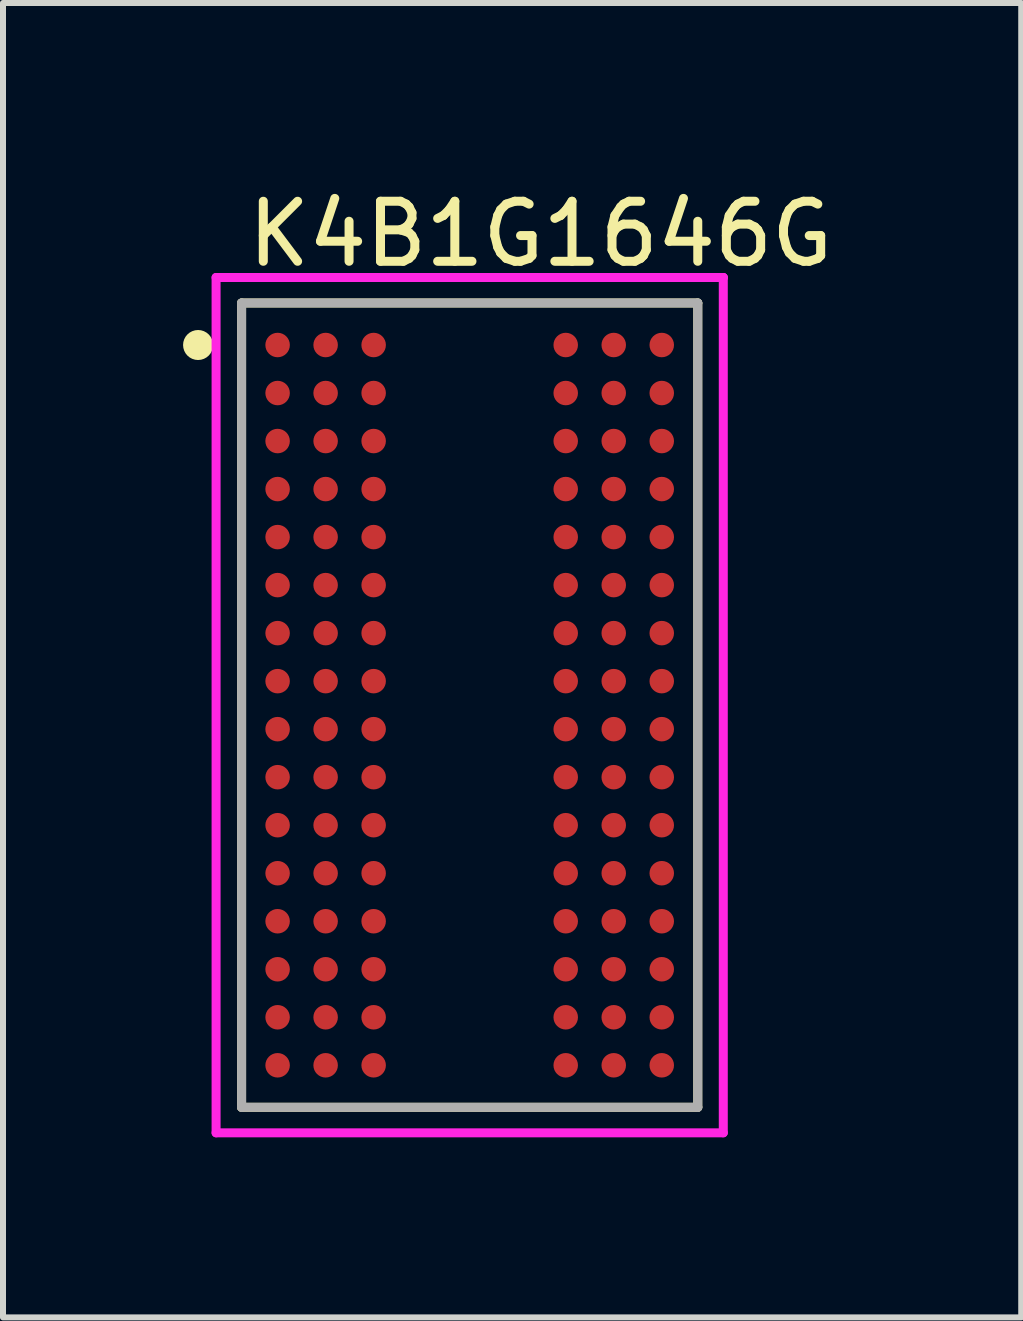
<source format=kicad_pcb>
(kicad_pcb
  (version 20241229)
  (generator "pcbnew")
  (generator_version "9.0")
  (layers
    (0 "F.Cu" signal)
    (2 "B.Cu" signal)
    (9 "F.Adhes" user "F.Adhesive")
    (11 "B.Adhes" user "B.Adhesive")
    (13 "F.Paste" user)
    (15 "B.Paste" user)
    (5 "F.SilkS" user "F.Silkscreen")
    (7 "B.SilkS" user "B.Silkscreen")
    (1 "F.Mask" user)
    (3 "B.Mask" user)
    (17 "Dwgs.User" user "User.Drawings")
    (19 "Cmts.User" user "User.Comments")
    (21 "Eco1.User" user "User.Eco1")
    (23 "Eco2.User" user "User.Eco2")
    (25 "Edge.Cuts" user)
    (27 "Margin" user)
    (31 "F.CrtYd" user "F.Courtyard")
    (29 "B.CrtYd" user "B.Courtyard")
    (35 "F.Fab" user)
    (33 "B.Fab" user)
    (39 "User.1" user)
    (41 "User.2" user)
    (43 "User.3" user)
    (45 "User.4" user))
  (footprint "K4B1G1646G"
    (layer "F.Cu")
    (at 4.775 8.698)
    (property "Reference" "K4B1G1646G" (at -3.775 -7.85 0) (layer "F.SilkS") (effects (font (size 1 1) (thickness 0.15)) (justify left)))
    (attr through_hole)
    (fp_line (start -3.8 -6.7) (end 3.8 -6.7) (stroke (width 0.15) (type solid)) (layer "F.SilkS"))
    (fp_line (start -3.8 6.7) (end -3.8 -6.7) (stroke (width 0.15) (type solid)) (layer "F.SilkS"))
    (fp_line (start -3.8 6.7) (end 3.8 6.7) (stroke (width 0.15) (type solid)) (layer "F.SilkS"))
    (fp_line (start 3.8 6.7) (end 3.8 -6.7) (stroke (width 0.15) (type solid)) (layer "F.SilkS"))
    (fp_circle (center -4.525 -6) (end -4.4 -6) (stroke (width 0.25) (type solid)) (fill no) (layer "F.SilkS"))
    (fp_line (start -4.225 -7.125) (end -4.225 7.125) (stroke (width 0.15) (type solid)) (layer "F.CrtYd"))
    (fp_line (start -4.225 7.125) (end 4.225 7.125) (stroke (width 0.15) (type solid)) (layer "F.CrtYd"))
    (fp_line (start 4.225 -7.125) (end -4.225 -7.125) (stroke (width 0.15) (type solid)) (layer "F.CrtYd"))
    (fp_line (start 4.225 -7.125) (end 4.225 -7.125) (stroke (width 0.15) (type solid)) (layer "F.CrtYd"))
    (fp_line (start 4.225 7.125) (end 4.225 -7.125) (stroke (width 0.15) (type solid)) (layer "F.CrtYd"))
    (fp_line (start -3.8 -6.7) (end 3.8 -6.7) (stroke (width 0.15) (type solid)) (layer "F.Fab"))
    (fp_line (start -3.8 6.7) (end -3.8 -6.7) (stroke (width 0.15) (type solid)) (layer "F.Fab"))
    (fp_line (start 3.8 -6.7) (end 3.8 6.7) (stroke (width 0.15) (type solid)) (layer "F.Fab"))
    (fp_line (start 3.8 6.7) (end -3.8 6.7) (stroke (width 0.15) (type solid)) (layer "F.Fab"))
    (pad "A1" smd circle (at -3.2 -6) (size 0.408 0.408) (layers "F.Cu" "F.Mask" "F.Paste"))
    (pad "A2" smd circle (at -2.4 -6) (size 0.408 0.408) (layers "F.Cu" "F.Mask" "F.Paste"))
    (pad "A3" smd circle (at -1.6 -6) (size 0.408 0.408) (layers "F.Cu" "F.Mask" "F.Paste"))
    (pad "A7" smd circle (at 1.6 -6) (size 0.408 0.408) (layers "F.Cu" "F.Mask" "F.Paste"))
    (pad "A8" smd circle (at 2.4 -6) (size 0.408 0.408) (layers "F.Cu" "F.Mask" "F.Paste"))
    (pad "A9" smd circle (at 3.2 -6) (size 0.408 0.408) (layers "F.Cu" "F.Mask" "F.Paste"))
    (pad "B1" smd circle (at -3.2 -5.2) (size 0.408 0.408) (layers "F.Cu" "F.Mask" "F.Paste"))
    (pad "B2" smd circle (at -2.4 -5.2) (size 0.408 0.408) (layers "F.Cu" "F.Mask" "F.Paste"))
    (pad "B3" smd circle (at -1.6 -5.2) (size 0.408 0.408) (layers "F.Cu" "F.Mask" "F.Paste"))
    (pad "B7" smd circle (at 1.6 -5.2) (size 0.408 0.408) (layers "F.Cu" "F.Mask" "F.Paste"))
    (pad "B8" smd circle (at 2.4 -5.2) (size 0.408 0.408) (layers "F.Cu" "F.Mask" "F.Paste"))
    (pad "B9" smd circle (at 3.2 -5.2) (size 0.408 0.408) (layers "F.Cu" "F.Mask" "F.Paste"))
    (pad "C1" smd circle (at -3.2 -4.4) (size 0.408 0.408) (layers "F.Cu" "F.Mask" "F.Paste"))
    (pad "C2" smd circle (at -2.4 -4.4) (size 0.408 0.408) (layers "F.Cu" "F.Mask" "F.Paste"))
    (pad "C3" smd circle (at -1.6 -4.4) (size 0.408 0.408) (layers "F.Cu" "F.Mask" "F.Paste"))
    (pad "C7" smd circle (at 1.6 -4.4) (size 0.408 0.408) (layers "F.Cu" "F.Mask" "F.Paste"))
    (pad "C8" smd circle (at 2.4 -4.4) (size 0.408 0.408) (layers "F.Cu" "F.Mask" "F.Paste"))
    (pad "C9" smd circle (at 3.2 -4.4) (size 0.408 0.408) (layers "F.Cu" "F.Mask" "F.Paste"))
    (pad "D1" smd circle (at -3.2 -3.6) (size 0.408 0.408) (layers "F.Cu" "F.Mask" "F.Paste"))
    (pad "D2" smd circle (at -2.4 -3.6) (size 0.408 0.408) (layers "F.Cu" "F.Mask" "F.Paste"))
    (pad "D3" smd circle (at -1.6 -3.6) (size 0.408 0.408) (layers "F.Cu" "F.Mask" "F.Paste"))
    (pad "D7" smd circle (at 1.6 -3.6) (size 0.408 0.408) (layers "F.Cu" "F.Mask" "F.Paste"))
    (pad "D8" smd circle (at 2.4 -3.6) (size 0.408 0.408) (layers "F.Cu" "F.Mask" "F.Paste"))
    (pad "D9" smd circle (at 3.2 -3.6) (size 0.408 0.408) (layers "F.Cu" "F.Mask" "F.Paste"))
    (pad "E1" smd circle (at -3.2 -2.8) (size 0.408 0.408) (layers "F.Cu" "F.Mask" "F.Paste"))
    (pad "E2" smd circle (at -2.4 -2.8) (size 0.408 0.408) (layers "F.Cu" "F.Mask" "F.Paste"))
    (pad "E3" smd circle (at -1.6 -2.8) (size 0.408 0.408) (layers "F.Cu" "F.Mask" "F.Paste"))
    (pad "E7" smd circle (at 1.6 -2.8) (size 0.408 0.408) (layers "F.Cu" "F.Mask" "F.Paste"))
    (pad "E8" smd circle (at 2.4 -2.8) (size 0.408 0.408) (layers "F.Cu" "F.Mask" "F.Paste"))
    (pad "E9" smd circle (at 3.2 -2.8) (size 0.408 0.408) (layers "F.Cu" "F.Mask" "F.Paste"))
    (pad "F1" smd circle (at -3.2 -2) (size 0.408 0.408) (layers "F.Cu" "F.Mask" "F.Paste"))
    (pad "F2" smd circle (at -2.4 -2) (size 0.408 0.408) (layers "F.Cu" "F.Mask" "F.Paste"))
    (pad "F3" smd circle (at -1.6 -2) (size 0.408 0.408) (layers "F.Cu" "F.Mask" "F.Paste"))
    (pad "F7" smd circle (at 1.6 -2) (size 0.408 0.408) (layers "F.Cu" "F.Mask" "F.Paste"))
    (pad "F8" smd circle (at 2.4 -2) (size 0.408 0.408) (layers "F.Cu" "F.Mask" "F.Paste"))
    (pad "F9" smd circle (at 3.2 -2) (size 0.408 0.408) (layers "F.Cu" "F.Mask" "F.Paste"))
    (pad "G1" smd circle (at -3.2 -1.2) (size 0.408 0.408) (layers "F.Cu" "F.Mask" "F.Paste"))
    (pad "G2" smd circle (at -2.4 -1.2) (size 0.408 0.408) (layers "F.Cu" "F.Mask" "F.Paste"))
    (pad "G3" smd circle (at -1.6 -1.2) (size 0.408 0.408) (layers "F.Cu" "F.Mask" "F.Paste"))
    (pad "G7" smd circle (at 1.6 -1.2) (size 0.408 0.408) (layers "F.Cu" "F.Mask" "F.Paste"))
    (pad "G8" smd circle (at 2.4 -1.2) (size 0.408 0.408) (layers "F.Cu" "F.Mask" "F.Paste"))
    (pad "G9" smd circle (at 3.2 -1.2) (size 0.408 0.408) (layers "F.Cu" "F.Mask" "F.Paste"))
    (pad "H1" smd circle (at -3.2 -0.4) (size 0.408 0.408) (layers "F.Cu" "F.Mask" "F.Paste"))
    (pad "H2" smd circle (at -2.4 -0.4) (size 0.408 0.408) (layers "F.Cu" "F.Mask" "F.Paste"))
    (pad "H3" smd circle (at -1.6 -0.4) (size 0.408 0.408) (layers "F.Cu" "F.Mask" "F.Paste"))
    (pad "H7" smd circle (at 1.6 -0.4) (size 0.408 0.408) (layers "F.Cu" "F.Mask" "F.Paste"))
    (pad "H8" smd circle (at 2.4 -0.4) (size 0.408 0.408) (layers "F.Cu" "F.Mask" "F.Paste"))
    (pad "H9" smd circle (at 3.2 -0.4) (size 0.408 0.408) (layers "F.Cu" "F.Mask" "F.Paste"))
    (pad "J1" smd circle (at -3.2 0.4) (size 0.408 0.408) (layers "F.Cu" "F.Mask" "F.Paste"))
    (pad "J2" smd circle (at -2.4 0.4) (size 0.408 0.408) (layers "F.Cu" "F.Mask" "F.Paste"))
    (pad "J3" smd circle (at -1.6 0.4) (size 0.408 0.408) (layers "F.Cu" "F.Mask" "F.Paste"))
    (pad "J7" smd circle (at 1.6 0.4) (size 0.408 0.408) (layers "F.Cu" "F.Mask" "F.Paste"))
    (pad "J8" smd circle (at 2.4 0.4) (size 0.408 0.408) (layers "F.Cu" "F.Mask" "F.Paste"))
    (pad "J9" smd circle (at 3.2 0.4) (size 0.408 0.408) (layers "F.Cu" "F.Mask" "F.Paste"))
    (pad "K1" smd circle (at -3.2 1.2) (size 0.408 0.408) (layers "F.Cu" "F.Mask" "F.Paste"))
    (pad "K2" smd circle (at -2.4 1.2) (size 0.408 0.408) (layers "F.Cu" "F.Mask" "F.Paste"))
    (pad "K3" smd circle (at -1.6 1.2) (size 0.408 0.408) (layers "F.Cu" "F.Mask" "F.Paste"))
    (pad "K7" smd circle (at 1.6 1.2) (size 0.408 0.408) (layers "F.Cu" "F.Mask" "F.Paste"))
    (pad "K8" smd circle (at 2.4 1.2) (size 0.408 0.408) (layers "F.Cu" "F.Mask" "F.Paste"))
    (pad "K9" smd circle (at 3.2 1.2) (size 0.408 0.408) (layers "F.Cu" "F.Mask" "F.Paste"))
    (pad "L1" smd circle (at -3.2 2) (size 0.408 0.408) (layers "F.Cu" "F.Mask" "F.Paste"))
    (pad "L2" smd circle (at -2.4 2) (size 0.408 0.408) (layers "F.Cu" "F.Mask" "F.Paste"))
    (pad "L3" smd circle (at -1.6 2) (size 0.408 0.408) (layers "F.Cu" "F.Mask" "F.Paste"))
    (pad "L7" smd circle (at 1.6 2) (size 0.408 0.408) (layers "F.Cu" "F.Mask" "F.Paste"))
    (pad "L8" smd circle (at 2.4 2) (size 0.408 0.408) (layers "F.Cu" "F.Mask" "F.Paste"))
    (pad "L9" smd circle (at 3.2 2) (size 0.408 0.408) (layers "F.Cu" "F.Mask" "F.Paste"))
    (pad "M1" smd circle (at -3.2 2.8) (size 0.408 0.408) (layers "F.Cu" "F.Mask" "F.Paste"))
    (pad "M2" smd circle (at -2.4 2.8) (size 0.408 0.408) (layers "F.Cu" "F.Mask" "F.Paste"))
    (pad "M3" smd circle (at -1.6 2.8) (size 0.408 0.408) (layers "F.Cu" "F.Mask" "F.Paste"))
    (pad "M7" smd circle (at 1.6 2.8) (size 0.408 0.408) (layers "F.Cu" "F.Mask" "F.Paste"))
    (pad "M8" smd circle (at 2.4 2.8) (size 0.408 0.408) (layers "F.Cu" "F.Mask" "F.Paste"))
    (pad "M9" smd circle (at 3.2 2.8) (size 0.408 0.408) (layers "F.Cu" "F.Mask" "F.Paste"))
    (pad "N1" smd circle (at -3.2 3.6) (size 0.408 0.408) (layers "F.Cu" "F.Mask" "F.Paste"))
    (pad "N2" smd circle (at -2.4 3.6) (size 0.408 0.408) (layers "F.Cu" "F.Mask" "F.Paste"))
    (pad "N3" smd circle (at -1.6 3.6) (size 0.408 0.408) (layers "F.Cu" "F.Mask" "F.Paste"))
    (pad "N7" smd circle (at 1.6 3.6) (size 0.408 0.408) (layers "F.Cu" "F.Mask" "F.Paste"))
    (pad "N8" smd circle (at 2.4 3.6) (size 0.408 0.408) (layers "F.Cu" "F.Mask" "F.Paste"))
    (pad "N9" smd circle (at 3.2 3.6) (size 0.408 0.408) (layers "F.Cu" "F.Mask" "F.Paste"))
    (pad "P1" smd circle (at -3.2 4.4) (size 0.408 0.408) (layers "F.Cu" "F.Mask" "F.Paste"))
    (pad "P2" smd circle (at -2.4 4.4) (size 0.408 0.408) (layers "F.Cu" "F.Mask" "F.Paste"))
    (pad "P3" smd circle (at -1.6 4.4) (size 0.408 0.408) (layers "F.Cu" "F.Mask" "F.Paste"))
    (pad "P7" smd circle (at 1.6 4.4) (size 0.408 0.408) (layers "F.Cu" "F.Mask" "F.Paste"))
    (pad "P8" smd circle (at 2.4 4.4) (size 0.408 0.408) (layers "F.Cu" "F.Mask" "F.Paste"))
    (pad "P9" smd circle (at 3.2 4.4) (size 0.408 0.408) (layers "F.Cu" "F.Mask" "F.Paste"))
    (pad "R1" smd circle (at -3.2 5.2) (size 0.408 0.408) (layers "F.Cu" "F.Mask" "F.Paste"))
    (pad "R2" smd circle (at -2.4 5.2) (size 0.408 0.408) (layers "F.Cu" "F.Mask" "F.Paste"))
    (pad "R3" smd circle (at -1.6 5.2) (size 0.408 0.408) (layers "F.Cu" "F.Mask" "F.Paste"))
    (pad "R7" smd circle (at 1.6 5.2) (size 0.408 0.408) (layers "F.Cu" "F.Mask" "F.Paste"))
    (pad "R8" smd circle (at 2.4 5.2) (size 0.408 0.408) (layers "F.Cu" "F.Mask" "F.Paste"))
    (pad "R9" smd circle (at 3.2 5.2) (size 0.408 0.408) (layers "F.Cu" "F.Mask" "F.Paste"))
    (pad "T1" smd circle (at -3.2 6) (size 0.408 0.408) (layers "F.Cu" "F.Mask" "F.Paste"))
    (pad "T2" smd circle (at -2.4 6) (size 0.408 0.408) (layers "F.Cu" "F.Mask" "F.Paste"))
    (pad "T3" smd circle (at -1.6 6) (size 0.408 0.408) (layers "F.Cu" "F.Mask" "F.Paste"))
    (pad "T7" smd circle (at 1.6 6) (size 0.408 0.408) (layers "F.Cu" "F.Mask" "F.Paste"))
    (pad "T8" smd circle (at 2.4 6) (size 0.408 0.408) (layers "F.Cu" "F.Mask" "F.Paste"))
    (pad "T9" smd circle (at 3.2 6) (size 0.408 0.408) (layers "F.Cu" "F.Mask" "F.Paste")))
  (gr_rect
    (start -3 -3)
    (end 13.964 18.898)
    (stroke (width 0.1) (type default))
    (fill no)
    (layer "Edge.Cuts")))
</source>
